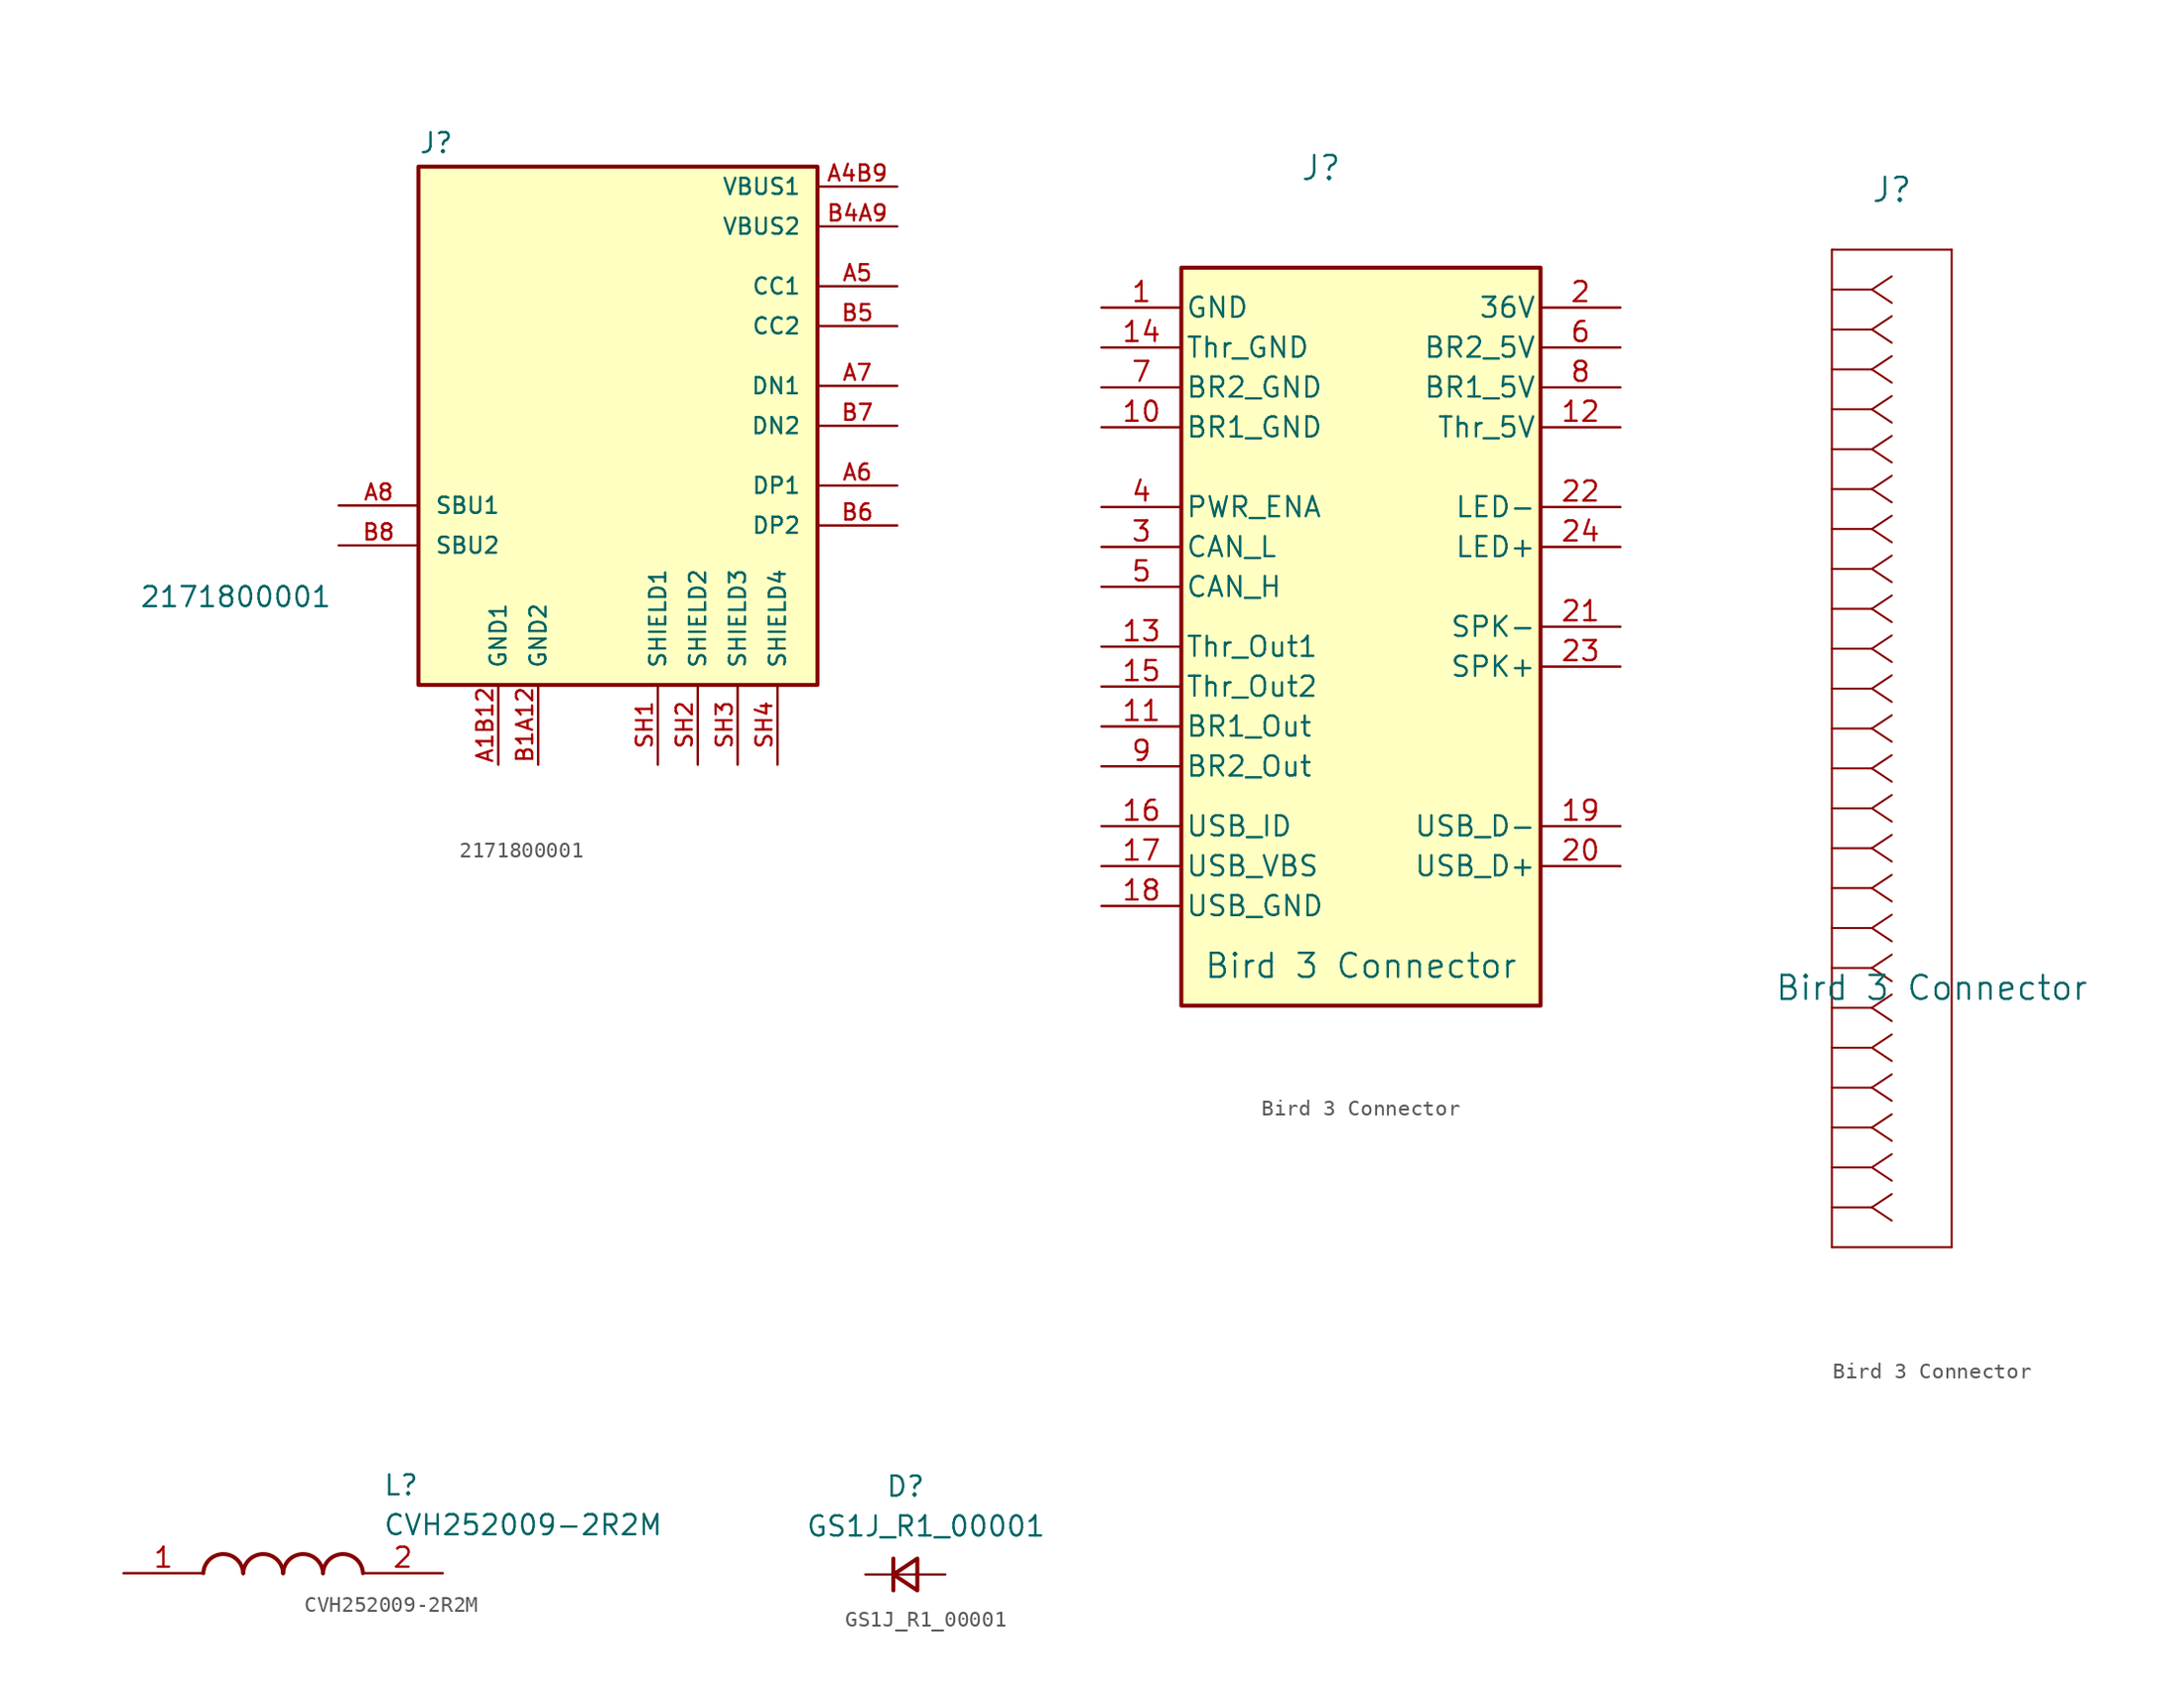
<source format=kicad_sym>
(kicad_symbol_lib
  (version 20220914)
  (generator kicad_symbol_editor)
  (symbol "2171800001"
    (pin_names
      (offset 1.016))
    (property "Reference" "J"
      (at -12.7 16.002 0)
      (effects (font (size 1.27 1.27)) (justify left bottom)))
    (property "Value" "2171800001"
      (at -30.48 -11.43 0)
      (effects (font (size 1.27 1.27)) (justify left top)))
    (symbol "2171800001_0_0"
      (rectangle (start -12.7 15.24) (end 12.7 -17.78) (stroke (width 0.254) (type default)) (fill (type background)))
      (pin power_in line (at -7.62 -22.86 90) (length 5.08) (name "GND1" (effects (font (size 1.016 1.016)))) (number "A1B12" (effects (font (size 1.016 1.016)))))
      (pin power_in line (at 17.78 13.97 180) (length 5.08) (name "VBUS1" (effects (font (size 1.016 1.016)))) (number "A4B9" (effects (font (size 1.016 1.016)))))
      (pin bidirectional line (at 17.78 7.62 180) (length 5.08) (name "CC1" (effects (font (size 1.016 1.016)))) (number "A5" (effects (font (size 1.016 1.016)))))
      (pin bidirectional line (at 17.78 -5.08 180) (length 5.08) (name "DP1" (effects (font (size 1.016 1.016)))) (number "A6" (effects (font (size 1.016 1.016)))))
      (pin bidirectional line (at 17.78 1.27 180) (length 5.08) (name "DN1" (effects (font (size 1.016 1.016)))) (number "A7" (effects (font (size 1.016 1.016)))))
      (pin bidirectional line (at -17.78 -6.35 0) (length 5.08) (name "SBU1" (effects (font (size 1.016 1.016)))) (number "A8" (effects (font (size 1.016 1.016)))))
      (pin power_in line (at -5.08 -22.86 90) (length 5.08) (name "GND2" (effects (font (size 1.016 1.016)))) (number "B1A12" (effects (font (size 1.016 1.016)))))
      (pin power_in line (at 17.78 11.43 180) (length 5.08) (name "VBUS2" (effects (font (size 1.016 1.016)))) (number "B4A9" (effects (font (size 1.016 1.016)))))
      (pin bidirectional line (at 17.78 5.08 180) (length 5.08) (name "CC2" (effects (font (size 1.016 1.016)))) (number "B5" (effects (font (size 1.016 1.016)))))
      (pin bidirectional line (at 17.78 -7.62 180) (length 5.08) (name "DP2" (effects (font (size 1.016 1.016)))) (number "B6" (effects (font (size 1.016 1.016)))))
      (pin bidirectional line (at 17.78 -1.27 180) (length 5.08) (name "DN2" (effects (font (size 1.016 1.016)))) (number "B7" (effects (font (size 1.016 1.016)))))
      (pin bidirectional line (at -17.78 -8.89 0) (length 5.08) (name "SBU2" (effects (font (size 1.016 1.016)))) (number "B8" (effects (font (size 1.016 1.016)))))
      (pin passive line (at 2.54 -22.86 90) (length 5.08) (name "SHIELD1" (effects (font (size 1.016 1.016)))) (number "SH1" (effects (font (size 1.016 1.016)))))
      (pin passive line (at 5.08 -22.86 90) (length 5.08) (name "SHIELD2" (effects (font (size 1.016 1.016)))) (number "SH2" (effects (font (size 1.016 1.016)))))
      (pin passive line (at 7.62 -22.86 90) (length 5.08) (name "SHIELD3" (effects (font (size 1.016 1.016)))) (number "SH3" (effects (font (size 1.016 1.016)))))
      (pin passive line (at 10.16 -22.86 90) (length 5.08) (name "SHIELD4" (effects (font (size 1.016 1.016)))) (number "SH4" (effects (font (size 1.016 1.016)))))))
  (symbol "Bird 3 Connector"
    (pin_names
      (offset 0.254))
    (property "Reference" "J"
      (at 8.89 6.35 0)
      (effects (font (size 1.524 1.524))))
    (property "Value" "Bird 3 Connector"
      (at 11.43 -44.45 0)
      (do_not_autoplace)
      (effects (font (size 1.524 1.524))))
    (symbol "Bird 3 Connector_1_1"
      (rectangle (start 0 0) (end 22.86 -46.99) (stroke (width 0.254) (type default)) (fill (type background)))
      (pin passive line (at -5.08 -2.54 0) (length 5.08) (name "GND" (effects (font (size 1.27 1.27)))) (number "1" (effects (font (size 1.27 1.27)))))
      (pin unspecified line (at -5.08 -10.16 0) (length 5.08) (name "BR1_GND" (effects (font (size 1.27 1.27)))) (number "10" (effects (font (size 1.27 1.27)))))
      (pin output line (at -5.08 -29.21 0) (length 5.08) (name "BR1_Out" (effects (font (size 1.27 1.27)))) (number "11" (effects (font (size 1.27 1.27)))))
      (pin power_in line (at 27.94 -10.16 180) (length 5.08) (name "Thr_5V" (effects (font (size 1.27 1.27)))) (number "12" (effects (font (size 1.27 1.27)))))
      (pin output line (at -5.08 -24.13 0) (length 5.08) (name "Thr_Out1" (effects (font (size 1.27 1.27)))) (number "13" (effects (font (size 1.27 1.27)))))
      (pin unspecified line (at -5.08 -5.08 0) (length 5.08) (name "Thr_GND" (effects (font (size 1.27 1.27)))) (number "14" (effects (font (size 1.27 1.27)))))
      (pin output line (at -5.08 -26.67 0) (length 5.08) (name "Thr_Out2" (effects (font (size 1.27 1.27)))) (number "15" (effects (font (size 1.27 1.27)))))
      (pin unspecified line (at -5.08 -35.56 0) (length 5.08) (name "USB_ID" (effects (font (size 1.27 1.27)))) (number "16" (effects (font (size 1.27 1.27)))))
      (pin unspecified line (at -5.08 -38.1 0) (length 5.08) (name "USB_VBS" (effects (font (size 1.27 1.27)))) (number "17" (effects (font (size 1.27 1.27)))))
      (pin unspecified line (at -5.08 -40.64 0) (length 5.08) (name "USB_GND" (effects (font (size 1.27 1.27)))) (number "18" (effects (font (size 1.27 1.27)))))
      (pin unspecified line (at 27.94 -35.56 180) (length 5.08) (name "USB_D-" (effects (font (size 1.27 1.27)))) (number "19" (effects (font (size 1.27 1.27)))))
      (pin power_out line (at 27.94 -2.54 180) (length 5.08) (name "36V" (effects (font (size 1.27 1.27)))) (number "2" (effects (font (size 1.27 1.27)))))
      (pin unspecified line (at 27.94 -38.1 180) (length 5.08) (name "USB_D+" (effects (font (size 1.27 1.27)))) (number "20" (effects (font (size 1.27 1.27)))))
      (pin unspecified line (at 27.94 -22.86 180) (length 5.08) (name "SPK-" (effects (font (size 1.27 1.27)))) (number "21" (effects (font (size 1.27 1.27)))))
      (pin passive line (at 27.94 -15.24 180) (length 5.08) (name "LED-" (effects (font (size 1.27 1.27)))) (number "22" (effects (font (size 1.27 1.27)))))
      (pin unspecified line (at 27.94 -25.4 180) (length 5.08) (name "SPK+" (effects (font (size 1.27 1.27)))) (number "23" (effects (font (size 1.27 1.27)))))
      (pin power_out line (at 27.94 -17.78 180) (length 5.08) (name "LED+" (effects (font (size 1.27 1.27)))) (number "24" (effects (font (size 1.27 1.27)))))
      (pin bidirectional line (at -5.08 -17.78 0) (length 5.08) (name "CAN_L" (effects (font (size 1.27 1.27)))) (number "3" (effects (font (size 1.27 1.27)))))
      (pin input line (at -5.08 -15.24 0) (length 5.08) (name "PWR_ENA" (effects (font (size 1.27 1.27)))) (number "4" (effects (font (size 1.27 1.27)))))
      (pin bidirectional line (at -5.08 -20.32 0) (length 5.08) (name "CAN_H" (effects (font (size 1.27 1.27)))) (number "5" (effects (font (size 1.27 1.27)))))
      (pin power_in line (at 27.94 -5.08 180) (length 5.08) (name "BR2_5V" (effects (font (size 1.27 1.27)))) (number "6" (effects (font (size 1.27 1.27)))))
      (pin unspecified line (at -5.08 -7.62 0) (length 5.08) (name "BR2_GND" (effects (font (size 1.27 1.27)))) (number "7" (effects (font (size 1.27 1.27)))))
      (pin power_in line (at 27.94 -7.62 180) (length 5.08) (name "BR1_5V" (effects (font (size 1.27 1.27)))) (number "8" (effects (font (size 1.27 1.27)))))
      (pin output line (at -5.08 -31.75 0) (length 5.08) (name "BR2_Out" (effects (font (size 1.27 1.27)))) (number "9" (effects (font (size 1.27 1.27))))))
    (symbol "Bird 3 Connector_1_2"
      (polyline (pts (xy 5.08 -60.96) (xy 12.7 -60.96)) (stroke (width 0.127) (type default)) (fill (type none)))
      (polyline (pts (xy 5.08 2.54) (xy 5.08 -60.96)) (stroke (width 0.127) (type default)) (fill (type none)))
      (polyline (pts (xy 7.62 -58.42) (xy 5.08 -58.42)) (stroke (width 0.127) (type default)) (fill (type none)))
      (polyline (pts (xy 7.62 -58.42) (xy 8.89 -59.267)) (stroke (width 0.127) (type default)) (fill (type none)))
      (polyline (pts (xy 7.62 -58.42) (xy 8.89 -57.573)) (stroke (width 0.127) (type default)) (fill (type none)))
      (polyline (pts (xy 7.62 -55.88) (xy 5.08 -55.88)) (stroke (width 0.127) (type default)) (fill (type none)))
      (polyline (pts (xy 7.62 -55.88) (xy 8.89 -56.727)) (stroke (width 0.127) (type default)) (fill (type none)))
      (polyline (pts (xy 7.62 -55.88) (xy 8.89 -55.033)) (stroke (width 0.127) (type default)) (fill (type none)))
      (polyline (pts (xy 7.62 -53.34) (xy 5.08 -53.34)) (stroke (width 0.127) (type default)) (fill (type none)))
      (polyline (pts (xy 7.62 -53.34) (xy 8.89 -54.187)) (stroke (width 0.127) (type default)) (fill (type none)))
      (polyline (pts (xy 7.62 -53.34) (xy 8.89 -52.493)) (stroke (width 0.127) (type default)) (fill (type none)))
      (polyline (pts (xy 7.62 -50.8) (xy 5.08 -50.8)) (stroke (width 0.127) (type default)) (fill (type none)))
      (polyline (pts (xy 7.62 -50.8) (xy 8.89 -51.647)) (stroke (width 0.127) (type default)) (fill (type none)))
      (polyline (pts (xy 7.62 -50.8) (xy 8.89 -49.953)) (stroke (width 0.127) (type default)) (fill (type none)))
      (polyline (pts (xy 7.62 -48.26) (xy 5.08 -48.26)) (stroke (width 0.127) (type default)) (fill (type none)))
      (polyline (pts (xy 7.62 -48.26) (xy 8.89 -49.107)) (stroke (width 0.127) (type default)) (fill (type none)))
      (polyline (pts (xy 7.62 -48.26) (xy 8.89 -47.413)) (stroke (width 0.127) (type default)) (fill (type none)))
      (polyline (pts (xy 7.62 -45.72) (xy 5.08 -45.72)) (stroke (width 0.127) (type default)) (fill (type none)))
      (polyline (pts (xy 7.62 -45.72) (xy 8.89 -46.567)) (stroke (width 0.127) (type default)) (fill (type none)))
      (polyline (pts (xy 7.62 -45.72) (xy 8.89 -44.873)) (stroke (width 0.127) (type default)) (fill (type none)))
      (polyline (pts (xy 7.62 -43.18) (xy 5.08 -43.18)) (stroke (width 0.127) (type default)) (fill (type none)))
      (polyline (pts (xy 7.62 -43.18) (xy 8.89 -44.027)) (stroke (width 0.127) (type default)) (fill (type none)))
      (polyline (pts (xy 7.62 -43.18) (xy 8.89 -42.333)) (stroke (width 0.127) (type default)) (fill (type none)))
      (polyline (pts (xy 7.62 -40.64) (xy 5.08 -40.64)) (stroke (width 0.127) (type default)) (fill (type none)))
      (polyline (pts (xy 7.62 -40.64) (xy 8.89 -41.487)) (stroke (width 0.127) (type default)) (fill (type none)))
      (polyline (pts (xy 7.62 -40.64) (xy 8.89 -39.793)) (stroke (width 0.127) (type default)) (fill (type none)))
      (polyline (pts (xy 7.62 -38.1) (xy 5.08 -38.1)) (stroke (width 0.127) (type default)) (fill (type none)))
      (polyline (pts (xy 7.62 -38.1) (xy 8.89 -38.947)) (stroke (width 0.127) (type default)) (fill (type none)))
      (polyline (pts (xy 7.62 -38.1) (xy 8.89 -37.253)) (stroke (width 0.127) (type default)) (fill (type none)))
      (polyline (pts (xy 7.62 -35.56) (xy 5.08 -35.56)) (stroke (width 0.127) (type default)) (fill (type none)))
      (polyline (pts (xy 7.62 -35.56) (xy 8.89 -36.407)) (stroke (width 0.127) (type default)) (fill (type none)))
      (polyline (pts (xy 7.62 -35.56) (xy 8.89 -34.713)) (stroke (width 0.127) (type default)) (fill (type none)))
      (polyline (pts (xy 7.62 -33.02) (xy 5.08 -33.02)) (stroke (width 0.127) (type default)) (fill (type none)))
      (polyline (pts (xy 7.62 -33.02) (xy 8.89 -33.867)) (stroke (width 0.127) (type default)) (fill (type none)))
      (polyline (pts (xy 7.62 -33.02) (xy 8.89 -32.173)) (stroke (width 0.127) (type default)) (fill (type none)))
      (polyline (pts (xy 7.62 -30.48) (xy 5.08 -30.48)) (stroke (width 0.127) (type default)) (fill (type none)))
      (polyline (pts (xy 7.62 -30.48) (xy 8.89 -31.327)) (stroke (width 0.127) (type default)) (fill (type none)))
      (polyline (pts (xy 7.62 -30.48) (xy 8.89 -29.633)) (stroke (width 0.127) (type default)) (fill (type none)))
      (polyline (pts (xy 7.62 -27.94) (xy 5.08 -27.94)) (stroke (width 0.127) (type default)) (fill (type none)))
      (polyline (pts (xy 7.62 -27.94) (xy 8.89 -28.787)) (stroke (width 0.127) (type default)) (fill (type none)))
      (polyline (pts (xy 7.62 -27.94) (xy 8.89 -27.093)) (stroke (width 0.127) (type default)) (fill (type none)))
      (polyline (pts (xy 7.62 -25.4) (xy 5.08 -25.4)) (stroke (width 0.127) (type default)) (fill (type none)))
      (polyline (pts (xy 7.62 -25.4) (xy 8.89 -26.247)) (stroke (width 0.127) (type default)) (fill (type none)))
      (polyline (pts (xy 7.62 -25.4) (xy 8.89 -24.553)) (stroke (width 0.127) (type default)) (fill (type none)))
      (polyline (pts (xy 7.62 -22.86) (xy 5.08 -22.86)) (stroke (width 0.127) (type default)) (fill (type none)))
      (polyline (pts (xy 7.62 -22.86) (xy 8.89 -23.707)) (stroke (width 0.127) (type default)) (fill (type none)))
      (polyline (pts (xy 7.62 -22.86) (xy 8.89 -22.013)) (stroke (width 0.127) (type default)) (fill (type none)))
      (polyline (pts (xy 7.62 -20.32) (xy 5.08 -20.32)) (stroke (width 0.127) (type default)) (fill (type none)))
      (polyline (pts (xy 7.62 -20.32) (xy 8.89 -21.167)) (stroke (width 0.127) (type default)) (fill (type none)))
      (polyline (pts (xy 7.62 -20.32) (xy 8.89 -19.473)) (stroke (width 0.127) (type default)) (fill (type none)))
      (polyline (pts (xy 7.62 -17.78) (xy 5.08 -17.78)) (stroke (width 0.127) (type default)) (fill (type none)))
      (polyline (pts (xy 7.62 -17.78) (xy 8.89 -18.627)) (stroke (width 0.127) (type default)) (fill (type none)))
      (polyline (pts (xy 7.62 -17.78) (xy 8.89 -16.933)) (stroke (width 0.127) (type default)) (fill (type none)))
      (polyline (pts (xy 7.62 -15.24) (xy 5.08 -15.24)) (stroke (width 0.127) (type default)) (fill (type none)))
      (polyline (pts (xy 7.62 -15.24) (xy 8.89 -16.087)) (stroke (width 0.127) (type default)) (fill (type none)))
      (polyline (pts (xy 7.62 -15.24) (xy 8.89 -14.393)) (stroke (width 0.127) (type default)) (fill (type none)))
      (polyline (pts (xy 7.62 -12.7) (xy 5.08 -12.7)) (stroke (width 0.127) (type default)) (fill (type none)))
      (polyline (pts (xy 7.62 -12.7) (xy 8.89 -13.547)) (stroke (width 0.127) (type default)) (fill (type none)))
      (polyline (pts (xy 7.62 -12.7) (xy 8.89 -11.853)) (stroke (width 0.127) (type default)) (fill (type none)))
      (polyline (pts (xy 7.62 -10.16) (xy 5.08 -10.16)) (stroke (width 0.127) (type default)) (fill (type none)))
      (polyline (pts (xy 7.62 -10.16) (xy 8.89 -11.007)) (stroke (width 0.127) (type default)) (fill (type none)))
      (polyline (pts (xy 7.62 -10.16) (xy 8.89 -9.313)) (stroke (width 0.127) (type default)) (fill (type none)))
      (polyline (pts (xy 7.62 -7.62) (xy 5.08 -7.62)) (stroke (width 0.127) (type default)) (fill (type none)))
      (polyline (pts (xy 7.62 -7.62) (xy 8.89 -8.467)) (stroke (width 0.127) (type default)) (fill (type none)))
      (polyline (pts (xy 7.62 -7.62) (xy 8.89 -6.773)) (stroke (width 0.127) (type default)) (fill (type none)))
      (polyline (pts (xy 7.62 -5.08) (xy 5.08 -5.08)) (stroke (width 0.127) (type default)) (fill (type none)))
      (polyline (pts (xy 7.62 -5.08) (xy 8.89 -5.927)) (stroke (width 0.127) (type default)) (fill (type none)))
      (polyline (pts (xy 7.62 -5.08) (xy 8.89 -4.233)) (stroke (width 0.127) (type default)) (fill (type none)))
      (polyline (pts (xy 7.62 -2.54) (xy 5.08 -2.54)) (stroke (width 0.127) (type default)) (fill (type none)))
      (polyline (pts (xy 7.62 -2.54) (xy 8.89 -3.387)) (stroke (width 0.127) (type default)) (fill (type none)))
      (polyline (pts (xy 7.62 -2.54) (xy 8.89 -1.693)) (stroke (width 0.127) (type default)) (fill (type none)))
      (polyline (pts (xy 7.62 0) (xy 5.08 0)) (stroke (width 0.127) (type default)) (fill (type none)))
      (polyline (pts (xy 7.62 0) (xy 8.89 -0.847)) (stroke (width 0.127) (type default)) (fill (type none)))
      (polyline (pts (xy 7.62 0) (xy 8.89 0.847)) (stroke (width 0.127) (type default)) (fill (type none)))
      (polyline (pts (xy 12.7 -60.96) (xy 12.7 2.54)) (stroke (width 0.127) (type default)) (fill (type none)))
      (polyline (pts (xy 12.7 2.54) (xy 5.08 2.54)) (stroke (width 0.127) (type default)) (fill (type none)))))
  (symbol "CVH252009-2R2M"
    (pin_names hide)
    (property "Reference" "L"
      (at 16.51 6.35 0)
      (effects (font (size 1.27 1.27)) (justify left top)))
    (property "Value" "CVH252009-2R2M"
      (at 16.51 3.81 0)
      (effects (font (size 1.27 1.27)) (justify left top)))
    (symbol "CVH252009-2R2M_1_1"
      (arc (start 7.62 0) (mid 6.35 1.219) (end 5.08 0) (stroke (width 0.254) (type default)) (fill (type none)))
      (arc (start 10.16 0) (mid 8.89 1.219) (end 7.62 0) (stroke (width 0.254) (type default)) (fill (type none)))
      (arc (start 12.7 0) (mid 11.43 1.219) (end 10.16 0) (stroke (width 0.254) (type default)) (fill (type none)))
      (arc (start 15.24 0) (mid 13.97 1.219) (end 12.7 0) (stroke (width 0.254) (type default)) (fill (type none)))
      (pin passive line (at 0 0 0) (length 5.08) (name "1" (effects (font (size 1.27 1.27)))) (number "1" (effects (font (size 1.27 1.27)))))
      (pin passive line (at 20.32 0 180) (length 5.08) (name "2" (effects (font (size 1.27 1.27)))) (number "2" (effects (font (size 1.27 1.27)))))))
  (symbol "GS1J_R1_00001"
    (pin_numbers hide)
    (pin_names hide)
    (property "Reference" "D"
      (at 1.27 6.35 0)
      (effects (font (size 1.27 1.27)) (justify left top)))
    (property "Value" "GS1J_R1_00001"
      (at -3.81 3.81 0)
      (effects (font (size 1.27 1.27)) (justify left top)))
    (symbol "GS1J_R1_00001_0_1"
      (polyline (pts (xy 1.778 -1.016) (xy 1.778 1.016)) (stroke (width 0.254) (type default)) (fill (type none)))
      (polyline (pts (xy 1.778 0) (xy 3.302 0)) (stroke (width 0) (type default)) (fill (type none)))
      (polyline (pts (xy 3.302 -1.016) (xy 1.778 0) (xy 3.302 1.016) (xy 3.302 -1.016)) (stroke (width 0.254) (type default)) (fill (type none))))
    (symbol "GS1J_R1_00001_1_1"
      (pin passive line (at 0 0 0) (length 1.778) (name "K" (effects (font (size 1.27 1.27)))) (number "1" (effects (font (size 1.27 1.27)))))
      (pin passive line (at 5.08 0 180) (length 1.778) (name "A" (effects (font (size 1.27 1.27)))) (number "2" (effects (font (size 1.27 1.27))))))))
</source>
